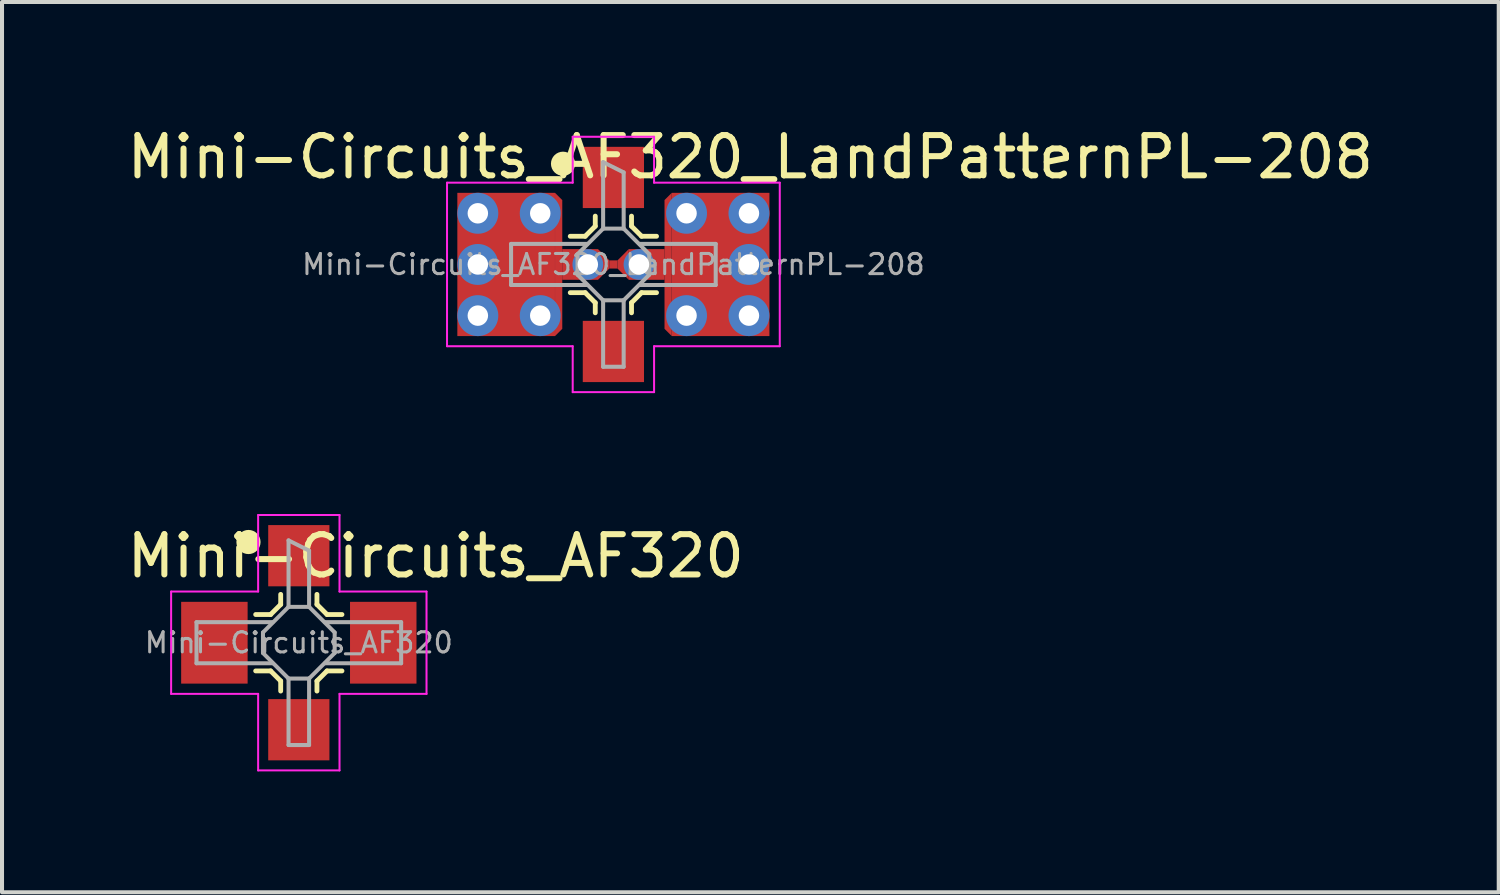
<source format=kicad_pcb>
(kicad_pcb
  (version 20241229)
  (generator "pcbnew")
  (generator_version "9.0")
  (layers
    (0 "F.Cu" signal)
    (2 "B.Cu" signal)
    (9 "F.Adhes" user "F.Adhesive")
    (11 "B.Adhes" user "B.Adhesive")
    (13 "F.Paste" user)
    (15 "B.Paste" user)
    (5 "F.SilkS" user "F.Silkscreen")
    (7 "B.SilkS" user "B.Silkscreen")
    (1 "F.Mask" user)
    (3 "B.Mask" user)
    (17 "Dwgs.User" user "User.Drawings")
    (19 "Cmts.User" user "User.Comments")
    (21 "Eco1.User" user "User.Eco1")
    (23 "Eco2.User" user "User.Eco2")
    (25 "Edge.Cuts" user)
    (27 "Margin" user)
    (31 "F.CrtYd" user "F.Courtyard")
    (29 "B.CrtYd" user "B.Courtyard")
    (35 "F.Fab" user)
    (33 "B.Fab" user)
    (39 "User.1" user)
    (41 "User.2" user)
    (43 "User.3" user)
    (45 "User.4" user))
  (footprint "Mini-Circuits_AF320_LandPatternPL-208"
    (layer "F.Cu")
    (at 12.177 3.515)
    (property "Reference" "Mini-Circuits_AF320_LandPatternPL-208" (at 3.4 -2.667 0) (layer "F.SilkS") (effects (font (size 1 1) (thickness 0.15))))
    (attr smd)
    (fp_line (start -0.7 -0.7) (end -1.071 -0.7) (stroke (width 0.12) (type solid)) (layer "F.SilkS"))
    (fp_line (start -0.7 0.7) (end -1.071 0.7) (stroke (width 0.12) (type solid)) (layer "F.SilkS"))
    (fp_line (start -0.45 -1.2) (end -0.45 -0.95) (stroke (width 0.12) (type solid)) (layer "F.SilkS"))
    (fp_line (start -0.45 -0.95) (end -0.7 -0.7) (stroke (width 0.12) (type solid)) (layer "F.SilkS"))
    (fp_line (start -0.45 0.95) (end -0.7 0.7) (stroke (width 0.12) (type solid)) (layer "F.SilkS"))
    (fp_line (start -0.45 1.2) (end -0.45 0.95) (stroke (width 0.12) (type solid)) (layer "F.SilkS"))
    (fp_line (start 0.45 -1.2) (end 0.45 -0.95) (stroke (width 0.12) (type solid)) (layer "F.SilkS"))
    (fp_line (start 0.45 -0.95) (end 0.7 -0.7) (stroke (width 0.12) (type solid)) (layer "F.SilkS"))
    (fp_line (start 0.45 0.95) (end 0.7 0.7) (stroke (width 0.12) (type solid)) (layer "F.SilkS"))
    (fp_line (start 0.45 1.2) (end 0.45 0.95) (stroke (width 0.12) (type solid)) (layer "F.SilkS"))
    (fp_line (start 0.7 -0.7) (end 1.071 -0.7) (stroke (width 0.12) (type solid)) (layer "F.SilkS"))
    (fp_line (start 0.7 0.7) (end 1.071 0.7) (stroke (width 0.12) (type solid)) (layer "F.SilkS"))
    (fp_circle (center -1.25 -2.5) (end -1.1 -2.5) (stroke (width 0.3) (type solid)) (fill no) (layer "F.SilkS"))
    (fp_line (start -4.13 -2.03) (end -4.13 2.03) (stroke (width 0.05) (type solid)) (layer "F.CrtYd"))
    (fp_line (start -4.13 -2.03) (end -1.01 -2.03) (stroke (width 0.05) (type solid)) (layer "F.CrtYd"))
    (fp_line (start -4.13 2.03) (end -1.01 2.03) (stroke (width 0.05) (type solid)) (layer "F.CrtYd"))
    (fp_line (start -1.01 -3.17) (end 1.01 -3.17) (stroke (width 0.05) (type solid)) (layer "F.CrtYd"))
    (fp_line (start -1.01 -2.03) (end -1.01 -3.17) (stroke (width 0.05) (type solid)) (layer "F.CrtYd"))
    (fp_line (start -1.01 2.03) (end -1.01 3.17) (stroke (width 0.05) (type solid)) (layer "F.CrtYd"))
    (fp_line (start -1.01 3.17) (end 1.01 3.17) (stroke (width 0.05) (type solid)) (layer "F.CrtYd"))
    (fp_line (start 1.01 -2.03) (end 1.01 -3.17) (stroke (width 0.05) (type solid)) (layer "F.CrtYd"))
    (fp_line (start 1.01 2.03) (end 1.01 3.17) (stroke (width 0.05) (type solid)) (layer "F.CrtYd"))
    (fp_line (start 4.13 -2.03) (end 1.01 -2.03) (stroke (width 0.05) (type solid)) (layer "F.CrtYd"))
    (fp_line (start 4.13 2.03) (end 1.01 2.03) (stroke (width 0.05) (type solid)) (layer "F.CrtYd"))
    (fp_line (start 4.13 2.03) (end 4.13 -2.03) (stroke (width 0.05) (type solid)) (layer "F.CrtYd"))
    (fp_line (start -2.54 -0.51) (end -0.65 -0.51) (stroke (width 0.1) (type solid)) (layer "F.Fab"))
    (fp_line (start -2.54 0.51) (end -2.54 -0.51) (stroke (width 0.1) (type solid)) (layer "F.Fab"))
    (fp_line (start -2.54 0.51) (end -0.65 0.51) (stroke (width 0.1) (type solid)) (layer "F.Fab"))
    (fp_line (start -0.89 -0.255) (end -0.89 0.255) (stroke (width 0.1) (type solid)) (layer "F.Fab"))
    (fp_line (start -0.89 -0.255) (end -0.255 -0.89) (stroke (width 0.1) (type solid)) (layer "F.Fab"))
    (fp_line (start -0.255 -2.54) (end 0.255 -2.285) (stroke (width 0.1) (type solid)) (layer "F.Fab"))
    (fp_line (start -0.255 -0.89) (end -0.255 -2.54) (stroke (width 0.1) (type solid)) (layer "F.Fab"))
    (fp_line (start -0.255 0.89) (end -0.89 0.255) (stroke (width 0.1) (type solid)) (layer "F.Fab"))
    (fp_line (start -0.255 0.89) (end -0.255 2.54) (stroke (width 0.1) (type solid)) (layer "F.Fab"))
    (fp_line (start -0.255 0.89) (end 0.255 0.89) (stroke (width 0.1) (type solid)) (layer "F.Fab"))
    (fp_line (start 0.255 -0.89) (end -0.255 -0.89) (stroke (width 0.1) (type solid)) (layer "F.Fab"))
    (fp_line (start 0.255 -0.89) (end 0.255 -2.285) (stroke (width 0.1) (type solid)) (layer "F.Fab"))
    (fp_line (start 0.255 -0.89) (end 0.89 -0.255) (stroke (width 0.1) (type solid)) (layer "F.Fab"))
    (fp_line (start 0.255 2.54) (end -0.255 2.54) (stroke (width 0.1) (type solid)) (layer "F.Fab"))
    (fp_line (start 0.255 2.54) (end 0.255 0.89) (stroke (width 0.1) (type solid)) (layer "F.Fab"))
    (fp_line (start 0.89 0.255) (end 0.255 0.89) (stroke (width 0.1) (type solid)) (layer "F.Fab"))
    (fp_line (start 0.89 0.255) (end 0.89 -0.255) (stroke (width 0.1) (type solid)) (layer "F.Fab"))
    (fp_line (start 2.54 -0.51) (end 0.65 -0.51) (stroke (width 0.1) (type solid)) (layer "F.Fab"))
    (fp_line (start 2.54 -0.51) (end 2.54 0.51) (stroke (width 0.1) (type solid)) (layer "F.Fab"))
    (fp_line (start 2.54 0.51) (end 0.65 0.51) (stroke (width 0.1) (type solid)) (layer "F.Fab"))
    (fp_text user "${REFERENCE}" (at 0 0 180) (layer "F.Fab") (effects (font (size 0.5 0.5) (thickness 0.075))))
    (pad "" smd rect (at -2.096 0) (size 1.65 2.03) (layers "F.Mask" "F.Paste"))
    (pad "" smd rect (at 2.096 0 180) (size 1.65 2.03) (layers "F.Mask" "F.Paste"))
    (pad "1" smd rect (at 0 -2.16) (size 1.52 1.52) (layers "F.Cu" "F.Mask" "F.Paste"))
    (pad "2" thru_hole circle (at -3.365 -1.27) (size 1.016 1.016) (drill 0.508) (layers "*.Cu"))
    (pad "2" thru_hole circle (at -3.365 0) (size 1.016 1.016) (drill 0.508) (layers "*.Cu"))
    (pad "2" thru_hole circle (at -3.365 1.27) (size 1.016 1.016) (drill 0.508) (layers "*.Cu"))
    (pad "2" thru_hole circle (at -1.816 -1.27) (size 1.016 1.016) (drill 0.508) (layers "*.Cu"))
    (pad "2" thru_hole circle (at -1.816 1.27) (size 1.016 1.016) (drill 0.508) (layers "*.Cu"))
    (pad "2" smd rect (at -1.45 0 180) (size 2.424 3.556) (drill (offset 1.212 0)) (layers "F.Cu"))
    (pad "2" smd trapezoid (at -1.27 0) (size 0.18 3.376) (rect_delta 0.18 0) (drill (offset -0.089 0)) (layers "F.Cu"))
    (pad "2" thru_hole circle (at -0.635 0) (size 0.762 0.762) (drill 0.508) (layers "*.Cu"))
    (pad "2" smd rect (at -0.381 0 180) (size 0.889 0.762) (drill (offset 0.445 0)) (layers "F.Cu"))
    (pad "2" smd trapezoid (at -0.102 0) (size 0.279 0.483) (rect_delta 0.279 0) (drill (offset -0.14 0)) (layers "F.Cu"))
    (pad "2" smd rect (at 0 0) (size 0.203 0.203) (layers "F.Cu"))
    (pad "3" smd rect (at 0 2.16) (size 1.52 1.52) (layers "F.Cu" "F.Mask" "F.Paste"))
    (pad "4" smd trapezoid (at 0.102 0 180) (size 0.279 0.483) (rect_delta 0.279 0) (drill (offset -0.14 0)) (layers "F.Cu"))
    (pad "4" smd rect (at 0.381 0) (size 0.889 0.762) (drill (offset 0.445 0)) (layers "F.Cu"))
    (pad "4" thru_hole circle (at 0.635 0 180) (size 0.762 0.762) (drill 0.508) (layers "*.Cu"))
    (pad "4" smd trapezoid (at 1.27 0 180) (size 0.18 3.376) (rect_delta 0.18 0) (drill (offset -0.089 0)) (layers "F.Cu"))
    (pad "4" smd rect (at 1.45 0) (size 2.424 3.556) (drill (offset 1.212 0)) (layers "F.Cu"))
    (pad "4" thru_hole circle (at 1.816 -1.27 180) (size 1.016 1.016) (drill 0.508) (layers "*.Cu"))
    (pad "4" thru_hole circle (at 1.816 1.27 180) (size 1.016 1.016) (drill 0.508) (layers "*.Cu"))
    (pad "4" thru_hole circle (at 3.365 -1.27 180) (size 1.016 1.016) (drill 0.508) (layers "*.Cu"))
    (pad "4" thru_hole circle (at 3.365 0 180) (size 1.016 1.016) (drill 0.508) (layers "*.Cu"))
    (pad "4" thru_hole circle (at 3.365 1.27 180) (size 1.016 1.016) (drill 0.508) (layers "*.Cu")))
  (footprint "Mini-Circuits_AF320"
    (layer "F.Cu")
    (at 4.368 12.905)
    (property "Reference" "Mini-Circuits_AF320" (at 3.4 -2.15 0) (layer "F.SilkS") (effects (font (size 1 1) (thickness 0.15))))
    (attr smd)
    (fp_line (start -0.7 -0.7) (end -1.071 -0.7) (stroke (width 0.12) (type solid)) (layer "F.SilkS"))
    (fp_line (start -0.7 0.7) (end -1.071 0.7) (stroke (width 0.12) (type solid)) (layer "F.SilkS"))
    (fp_line (start -0.45 -1.2) (end -0.45 -0.95) (stroke (width 0.12) (type solid)) (layer "F.SilkS"))
    (fp_line (start -0.45 -0.95) (end -0.7 -0.7) (stroke (width 0.12) (type solid)) (layer "F.SilkS"))
    (fp_line (start -0.45 0.95) (end -0.7 0.7) (stroke (width 0.12) (type solid)) (layer "F.SilkS"))
    (fp_line (start -0.45 1.2) (end -0.45 0.95) (stroke (width 0.12) (type solid)) (layer "F.SilkS"))
    (fp_line (start 0.45 -1.2) (end 0.45 -0.95) (stroke (width 0.12) (type solid)) (layer "F.SilkS"))
    (fp_line (start 0.45 -0.95) (end 0.7 -0.7) (stroke (width 0.12) (type solid)) (layer "F.SilkS"))
    (fp_line (start 0.45 0.95) (end 0.7 0.7) (stroke (width 0.12) (type solid)) (layer "F.SilkS"))
    (fp_line (start 0.45 1.2) (end 0.45 0.95) (stroke (width 0.12) (type solid)) (layer "F.SilkS"))
    (fp_line (start 0.7 -0.7) (end 1.071 -0.7) (stroke (width 0.12) (type solid)) (layer "F.SilkS"))
    (fp_line (start 0.7 0.7) (end 1.071 0.7) (stroke (width 0.12) (type solid)) (layer "F.SilkS"))
    (fp_circle (center -1.25 -2.5) (end -1.1 -2.5) (stroke (width 0.3) (type solid)) (fill no) (layer "F.SilkS"))
    (fp_line (start -3.17 -1.27) (end -3.17 1.27) (stroke (width 0.05) (type solid)) (layer "F.CrtYd"))
    (fp_line (start -3.17 -1.27) (end -1.01 -1.27) (stroke (width 0.05) (type solid)) (layer "F.CrtYd"))
    (fp_line (start -3.17 1.27) (end -1.01 1.27) (stroke (width 0.05) (type solid)) (layer "F.CrtYd"))
    (fp_line (start -1.01 -3.17) (end 1.01 -3.17) (stroke (width 0.05) (type solid)) (layer "F.CrtYd"))
    (fp_line (start -1.01 -1.27) (end -1.01 -3.17) (stroke (width 0.05) (type solid)) (layer "F.CrtYd"))
    (fp_line (start -1.01 1.27) (end -1.01 3.17) (stroke (width 0.05) (type solid)) (layer "F.CrtYd"))
    (fp_line (start -1.01 3.17) (end 1.01 3.17) (stroke (width 0.05) (type solid)) (layer "F.CrtYd"))
    (fp_line (start 1.01 -1.27) (end 1.01 -3.17) (stroke (width 0.05) (type solid)) (layer "F.CrtYd"))
    (fp_line (start 1.01 1.27) (end 1.01 3.17) (stroke (width 0.05) (type solid)) (layer "F.CrtYd"))
    (fp_line (start 3.17 -1.27) (end 1.01 -1.27) (stroke (width 0.05) (type solid)) (layer "F.CrtYd"))
    (fp_line (start 3.17 1.27) (end 1.01 1.27) (stroke (width 0.05) (type solid)) (layer "F.CrtYd"))
    (fp_line (start 3.17 1.27) (end 3.17 -1.27) (stroke (width 0.05) (type solid)) (layer "F.CrtYd"))
    (fp_line (start -2.54 -0.51) (end -0.65 -0.51) (stroke (width 0.1) (type solid)) (layer "F.Fab"))
    (fp_line (start -2.54 0.51) (end -2.54 -0.51) (stroke (width 0.1) (type solid)) (layer "F.Fab"))
    (fp_line (start -2.54 0.51) (end -0.65 0.51) (stroke (width 0.1) (type solid)) (layer "F.Fab"))
    (fp_line (start -0.89 -0.255) (end -0.89 0.255) (stroke (width 0.1) (type solid)) (layer "F.Fab"))
    (fp_line (start -0.89 -0.255) (end -0.255 -0.89) (stroke (width 0.1) (type solid)) (layer "F.Fab"))
    (fp_line (start -0.255 -2.54) (end 0.255 -2.285) (stroke (width 0.1) (type solid)) (layer "F.Fab"))
    (fp_line (start -0.255 -0.89) (end -0.255 -2.54) (stroke (width 0.1) (type solid)) (layer "F.Fab"))
    (fp_line (start -0.255 0.89) (end -0.89 0.255) (stroke (width 0.1) (type solid)) (layer "F.Fab"))
    (fp_line (start -0.255 0.89) (end -0.255 2.54) (stroke (width 0.1) (type solid)) (layer "F.Fab"))
    (fp_line (start -0.255 0.89) (end 0.255 0.89) (stroke (width 0.1) (type solid)) (layer "F.Fab"))
    (fp_line (start 0.255 -0.89) (end -0.255 -0.89) (stroke (width 0.1) (type solid)) (layer "F.Fab"))
    (fp_line (start 0.255 -0.89) (end 0.255 -2.285) (stroke (width 0.1) (type solid)) (layer "F.Fab"))
    (fp_line (start 0.255 -0.89) (end 0.89 -0.255) (stroke (width 0.1) (type solid)) (layer "F.Fab"))
    (fp_line (start 0.255 2.54) (end -0.255 2.54) (stroke (width 0.1) (type solid)) (layer "F.Fab"))
    (fp_line (start 0.255 2.54) (end 0.255 0.89) (stroke (width 0.1) (type solid)) (layer "F.Fab"))
    (fp_line (start 0.89 0.255) (end 0.255 0.89) (stroke (width 0.1) (type solid)) (layer "F.Fab"))
    (fp_line (start 0.89 0.255) (end 0.89 -0.255) (stroke (width 0.1) (type solid)) (layer "F.Fab"))
    (fp_line (start 2.54 -0.51) (end 0.65 -0.51) (stroke (width 0.1) (type solid)) (layer "F.Fab"))
    (fp_line (start 2.54 -0.51) (end 2.54 0.51) (stroke (width 0.1) (type solid)) (layer "F.Fab"))
    (fp_line (start 2.54 0.51) (end 0.65 0.51) (stroke (width 0.1) (type solid)) (layer "F.Fab"))
    (fp_text user "${REFERENCE}" (at 0 0 0) (layer "F.Fab") (effects (font (size 0.5 0.5) (thickness 0.075))))
    (pad "1" smd rect (at 0 -2.16) (size 1.52 1.52) (layers "F.Cu" "F.Mask" "F.Paste"))
    (pad "2" smd rect (at -2.096 0) (size 1.65 2.03) (layers "F.Cu" "F.Mask" "F.Paste"))
    (pad "3" smd rect (at 0 2.16) (size 1.52 1.52) (layers "F.Cu" "F.Mask" "F.Paste"))
    (pad "4" smd rect (at 2.096 0) (size 1.65 2.03) (layers "F.Cu" "F.Mask" "F.Paste")))
  (gr_rect
    (start -3 -3)
    (end 34.155 19.1)
    (stroke (width 0.1) (type default))
    (fill no)
    (layer "Edge.Cuts")))
</source>
